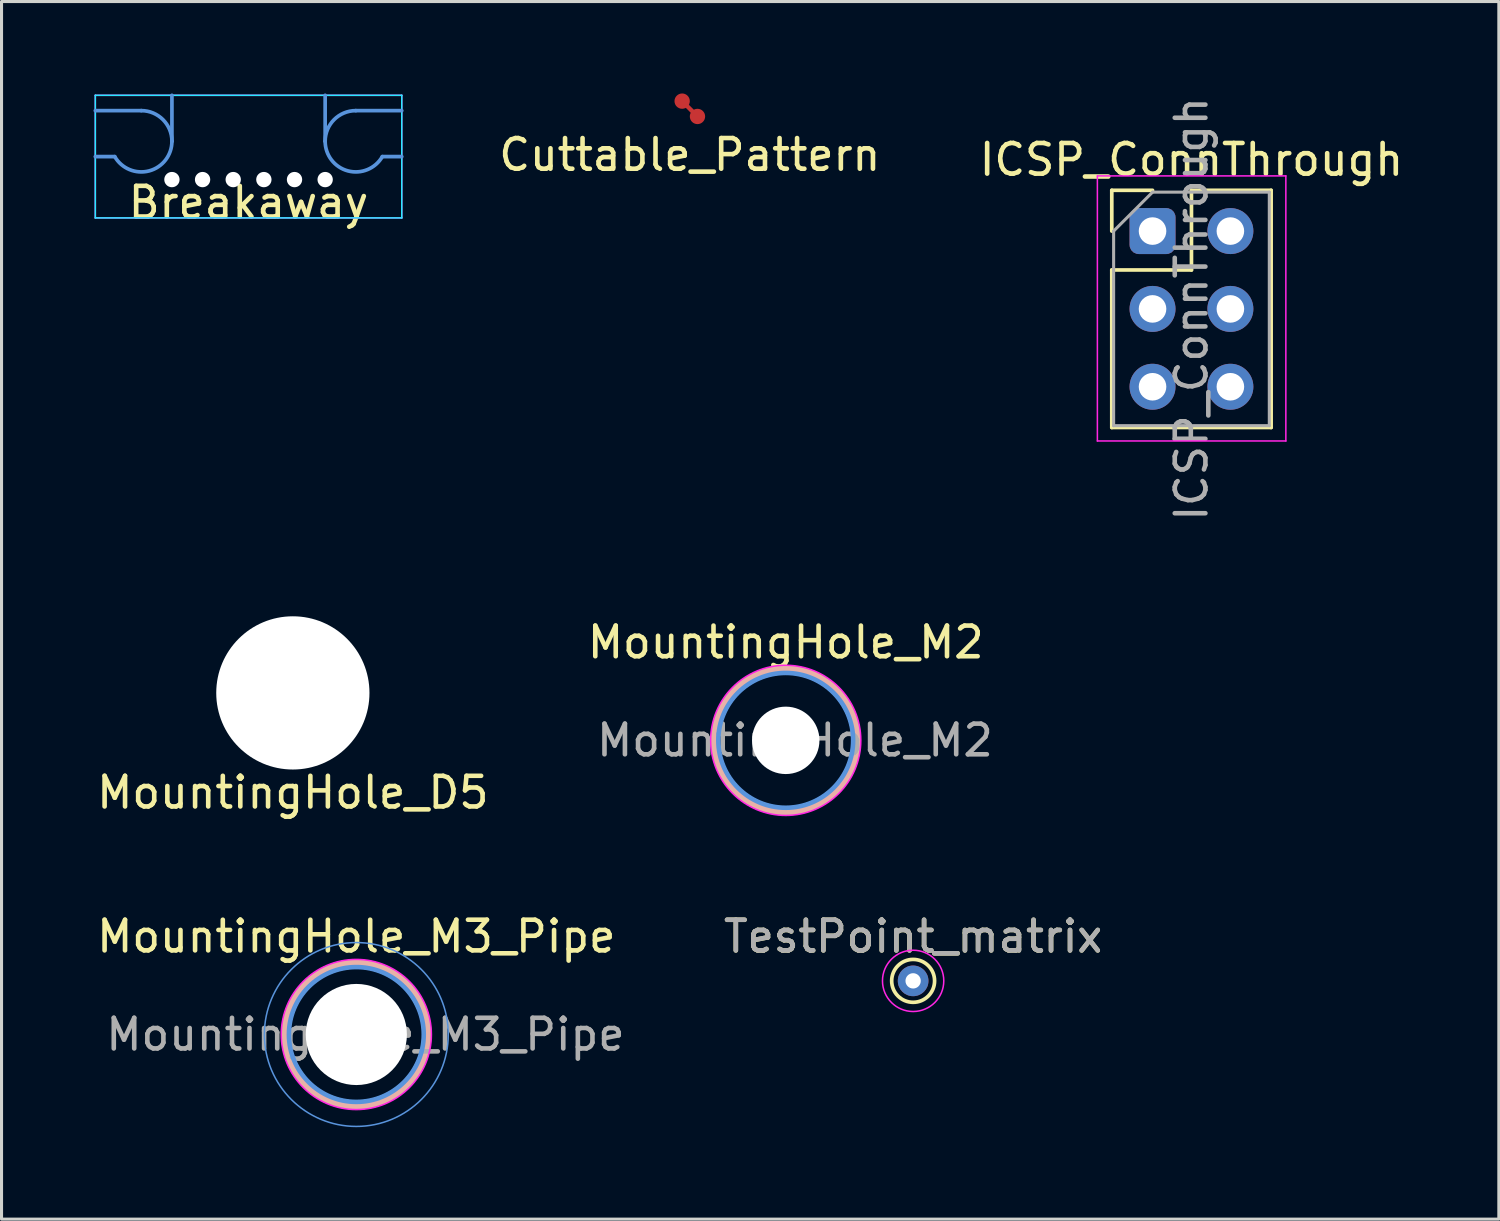
<source format=kicad_pcb>
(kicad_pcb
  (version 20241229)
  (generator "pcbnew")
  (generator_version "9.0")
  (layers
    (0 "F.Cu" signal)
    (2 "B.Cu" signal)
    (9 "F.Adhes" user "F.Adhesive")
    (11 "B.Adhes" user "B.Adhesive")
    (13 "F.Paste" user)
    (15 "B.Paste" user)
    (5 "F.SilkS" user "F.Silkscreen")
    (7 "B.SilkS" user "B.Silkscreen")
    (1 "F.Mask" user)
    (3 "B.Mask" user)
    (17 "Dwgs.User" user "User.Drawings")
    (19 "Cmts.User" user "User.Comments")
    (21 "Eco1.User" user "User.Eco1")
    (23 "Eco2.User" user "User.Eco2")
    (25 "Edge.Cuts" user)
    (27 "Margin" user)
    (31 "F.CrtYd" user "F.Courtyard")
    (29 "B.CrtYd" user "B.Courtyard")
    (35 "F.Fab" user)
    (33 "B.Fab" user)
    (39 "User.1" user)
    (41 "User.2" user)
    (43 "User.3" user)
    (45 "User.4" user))
  (footprint "Breakaway"
    (layer "F.Cu")
    (at 5.06 2.06)
    (property "Reference" "Breakaway" (at 0 1.5 0) (layer "F.SilkS") (effects (font (size 1 1) (thickness 0.15))))
    (attr through_hole)
    (fp_line (start -5 -1.5) (end -3.5 -1.5) (stroke (width 0.12) (type solid)) (layer "Cmts.User"))
    (fp_line (start -5 0) (end -4.366 0) (stroke (width 0.12) (type solid)) (layer "Cmts.User"))
    (fp_line (start -2.5 -0.5) (end -2.5 -2) (stroke (width 0.12) (type solid)) (layer "Cmts.User"))
    (fp_line (start 2.5 -0.5) (end 2.5 -2) (stroke (width 0.12) (type solid)) (layer "Cmts.User"))
    (fp_line (start 3.5 -1.5) (end 5 -1.5) (stroke (width 0.12) (type solid)) (layer "Cmts.User"))
    (fp_line (start 4.366 0) (end 5 0) (stroke (width 0.12) (type solid)) (layer "Cmts.User"))
    (fp_arc (start -3.5 -1.5) (mid -2.792893 -1.207107) (end -2.5 -0.5) (stroke (width 0.12) (type solid)) (layer "Cmts.User"))
    (fp_arc (start -2.5 -0.5) (mid -3.241181 0.465926) (end -4.366025 0) (stroke (width 0.12) (type solid)) (layer "Cmts.User"))
    (fp_arc (start 2.5 -0.5) (mid 2.792893 -1.207107) (end 3.5 -1.5) (stroke (width 0.12) (type solid)) (layer "Cmts.User"))
    (fp_arc (start 4.366025 0) (mid 3.241181 0.465925) (end 2.5 -0.5) (stroke (width 0.12) (type solid)) (layer "Cmts.User"))
    (fp_line (start -5 -2) (end -5 2) (stroke (width 0.05) (type solid)) (layer "B.CrtYd"))
    (fp_line (start -5 2) (end 5 2) (stroke (width 0.05) (type solid)) (layer "B.CrtYd"))
    (fp_line (start 5 -2) (end -5 -2) (stroke (width 0.05) (type solid)) (layer "B.CrtYd"))
    (fp_line (start 5 2) (end 5 -2) (stroke (width 0.05) (type solid)) (layer "B.CrtYd"))
    (fp_line (start -5 -2) (end -5 2) (stroke (width 0.05) (type solid)) (layer "F.CrtYd"))
    (fp_line (start -5 -2) (end 5 -2) (stroke (width 0.05) (type solid)) (layer "F.CrtYd"))
    (fp_line (start -5 2) (end 5 2) (stroke (width 0.05) (type solid)) (layer "F.CrtYd"))
    (fp_line (start 5 2) (end 5 -2) (stroke (width 0.05) (type solid)) (layer "F.CrtYd"))
    (pad "" np_thru_hole circle (at -2.5 0.75) (size 0.5 0.5) (drill 0.5) (layers "*.Cu" "*.Mask"))
    (pad "" np_thru_hole circle (at -1.5 0.75) (size 0.5 0.5) (drill 0.5) (layers "*.Cu" "*.Mask"))
    (pad "" np_thru_hole circle (at -0.5 0.75) (size 0.5 0.5) (drill 0.5) (layers "*.Cu" "*.Mask"))
    (pad "" np_thru_hole circle (at 0.5 0.75) (size 0.5 0.5) (drill 0.5) (layers "*.Cu" "*.Mask"))
    (pad "" np_thru_hole circle (at 1.5 0.75) (size 0.5 0.5) (drill 0.5) (layers "*.Cu" "*.Mask"))
    (pad "" np_thru_hole circle (at 2.5 0.75) (size 0.5 0.5) (drill 0.5) (layers "*.Cu" "*.Mask")))
  (footprint "MountingHole_M2"
    (layer "F.Cu")
    (at 22.589 21.108)
    (property "Reference" "MountingHole_M2" (at 0 -3.2 0) (layer "F.SilkS") (effects (font (size 1 1) (thickness 0.15))))
    (attr exclude_from_pos_files exclude_from_bom)
    (fp_circle (center 0 0) (end 2.3 0) (stroke (width 0.3) (type solid)) (fill no) (layer "F.SilkS"))
    (fp_circle (center 0 0) (end 2.3 0) (stroke (width 0.3) (type solid)) (fill no) (layer "B.SilkS"))
    (fp_circle (center 0 0) (end 2.2 0) (stroke (width 0.15) (type solid)) (fill no) (layer "Cmts.User"))
    (fp_circle (center 0 0) (end 2.45 0) (stroke (width 0.05) (type solid)) (fill no) (layer "F.CrtYd"))
    (fp_text user "${REFERENCE}" (at 0.3 0 0) (layer "F.Fab") (effects (font (size 1 1) (thickness 0.15))))
    (pad "" np_thru_hole circle (at 0 0) (size 2.2 2.2) (drill 2.2) (layers "*.Cu" "*.Mask")))
  (footprint "MountingHole_D5"
    (layer "F.Cu")
    (at 6.506 19.56)
    (property "Reference" "MountingHole_D5" (at 0 3.25 0) (layer "F.SilkS") (effects (font (size 1 1) (thickness 0.15))))
    (attr through_hole)
    (pad "" np_thru_hole circle (at 0 0) (size 5 5) (drill 5) (layers "*.Cu" "*.Mask")))
  (footprint "MountingHole_M3_Pipe"
    (layer "F.Cu")
    (at 8.577 30.706)
    (property "Reference" "MountingHole_M3_Pipe" (at 0 -3.2 0) (layer "F.SilkS") (effects (font (size 1 1) (thickness 0.15))))
    (attr exclude_from_pos_files exclude_from_bom)
    (fp_circle (center 0 0) (end 2.3 0) (stroke (width 0.3) (type solid)) (fill no) (layer "F.SilkS"))
    (fp_circle (center 0 0) (end 2.3 0) (stroke (width 0.3) (type solid)) (fill no) (layer "B.SilkS"))
    (fp_circle (center 0 0) (end 2.2 0) (stroke (width 0.15) (type solid)) (fill no) (layer "Cmts.User"))
    (fp_circle (center 0 0) (end 3 0) (stroke (width 0.05) (type solid)) (fill no) (layer "Cmts.User"))
    (fp_circle (center 0 0) (end 2.45 0) (stroke (width 0.05) (type solid)) (fill no) (layer "F.CrtYd"))
    (fp_text user "${REFERENCE}" (at 0.3 0 0) (layer "F.Fab") (effects (font (size 1 1) (thickness 0.15))))
    (pad "" np_thru_hole circle (at 0 0) (size 3.3 3.3) (drill 3.3) (layers "*.Cu" "*.Mask")))
  (footprint "ICSP_ConnThrough"
    (layer "F.Cu")
    (at 35.828 7.03)
    (property "Reference" "ICSP_ConnThrough" (at 0 -4.87 0) (layer "F.SilkS") (effects (font (size 1 1) (thickness 0.15))))
    (attr through_hole)
    (fp_line (start -2.6 -3.87) (end -1.27 -3.87) (stroke (width 0.12) (type solid)) (layer "F.SilkS"))
    (fp_line (start -2.6 -2.54) (end -2.6 -3.87) (stroke (width 0.12) (type solid)) (layer "F.SilkS"))
    (fp_line (start -2.6 -1.27) (end -2.6 3.87) (stroke (width 0.12) (type solid)) (layer "F.SilkS"))
    (fp_line (start -2.6 -1.27) (end 0 -1.27) (stroke (width 0.12) (type solid)) (layer "F.SilkS"))
    (fp_line (start -2.6 3.87) (end 2.6 3.87) (stroke (width 0.12) (type solid)) (layer "F.SilkS"))
    (fp_line (start 0 -3.87) (end 2.6 -3.87) (stroke (width 0.12) (type solid)) (layer "F.SilkS"))
    (fp_line (start 0 -1.27) (end 0 -3.87) (stroke (width 0.12) (type solid)) (layer "F.SilkS"))
    (fp_line (start 2.6 -3.87) (end 2.6 3.87) (stroke (width 0.12) (type solid)) (layer "F.SilkS"))
    (fp_line (start -3.07 -4.34) (end -3.07 4.31) (stroke (width 0.05) (type solid)) (layer "F.CrtYd"))
    (fp_line (start -3.07 4.31) (end 3.08 4.31) (stroke (width 0.05) (type solid)) (layer "F.CrtYd"))
    (fp_line (start 3.08 -4.34) (end -3.07 -4.34) (stroke (width 0.05) (type solid)) (layer "F.CrtYd"))
    (fp_line (start 3.08 4.31) (end 3.08 -4.34) (stroke (width 0.05) (type solid)) (layer "F.CrtYd"))
    (fp_line (start -2.54 -2.54) (end -1.27 -3.81) (stroke (width 0.1) (type solid)) (layer "F.Fab"))
    (fp_line (start -2.54 3.81) (end -2.54 -2.54) (stroke (width 0.1) (type solid)) (layer "F.Fab"))
    (fp_line (start -1.27 -3.81) (end 2.54 -3.81) (stroke (width 0.1) (type solid)) (layer "F.Fab"))
    (fp_line (start 2.54 -3.81) (end 2.54 3.81) (stroke (width 0.1) (type solid)) (layer "F.Fab"))
    (fp_line (start 2.54 3.81) (end -2.54 3.81) (stroke (width 0.1) (type solid)) (layer "F.Fab"))
    (fp_text user "${REFERENCE}" (at 0 0 90) (layer "F.Fab") (effects (font (size 1 1) (thickness 0.15))))
    (pad "1" thru_hole roundrect (at -1.27 -2.54) (size 1.5 1.5) (drill 0.9) (layers "*.Cu" "*.Mask") (roundrect_rratio 0.2))
    (pad "2" thru_hole oval (at 1.27 -2.54) (size 1.5 1.5) (drill 0.9) (layers "*.Cu" "*.Mask"))
    (pad "3" thru_hole oval (at -1.27 0) (size 1.5 1.5) (drill 0.9) (layers "*.Cu" "*.Mask"))
    (pad "4" thru_hole oval (at 1.27 0) (size 1.5 1.5) (drill 0.9) (layers "*.Cu" "*.Mask"))
    (pad "5" thru_hole oval (at -1.27 2.54) (size 1.5 1.5) (drill 0.9) (layers "*.Cu" "*.Mask"))
    (pad "6" thru_hole oval (at 1.27 2.54) (size 1.5 1.5) (drill 0.9) (layers "*.Cu" "*.Mask")))
  (footprint "TestPoint_matrix"
    (layer "F.Cu")
    (at 26.746 28.956)
    (property "Reference" "TestPoint_matrix" (at 0 -1.448 0) (layer "F.SilkS") (effects (font (size 1 1) (thickness 0.15))))
    (attr exclude_from_pos_files exclude_from_bom)
    (fp_circle (center 0 0) (end 0 0.7) (stroke (width 0.12) (type solid)) (fill no) (layer "F.SilkS"))
    (fp_circle (center 0 0) (end 1 0) (stroke (width 0.05) (type solid)) (fill no) (layer "F.CrtYd"))
    (fp_text user "${REFERENCE}" (at 0 -1.45 0) (layer "F.Fab") (effects (font (size 1 1) (thickness 0.15))))
    (pad "1" thru_hole circle (at 0 0) (size 1 1) (drill 0.5) (layers "*.Cu" "*.Mask")))
  (footprint "Cuttable_Pattern"
    (layer "F.Cu")
    (at 19.459 0.5)
    (property "Reference" "Cuttable_Pattern" (at 0 1.5 0) (layer "F.SilkS") (effects (font (size 1 1) (thickness 0.15))))
    (attr through_hole)
    (fp_poly (pts (xy 0.2 0.1) (xy 0.1 0.2) (xy -0.2 -0.1) (xy -0.1 -0.2)) (stroke (width 0) (type solid)) (fill yes) (layer "F.Cu"))
    (fp_poly (pts (xy 0.2 0.1) (xy 0.1 0.2) (xy -0.2 -0.1) (xy -0.1 -0.2)) (stroke (width 0.1) (type solid)) (fill yes) (layer "F.Mask"))
    (pad "1" smd circle (at -0.25 -0.25) (size 0.5 0.5) (layers "F.Cu" "F.Mask" "F.Paste"))
    (pad "2" smd circle (at 0.25 0.25) (size 0.5 0.5) (layers "F.Cu" "F.Mask" "F.Paste")))
  (gr_rect
    (start -3 -3)
    (end 45.858 36.731)
    (stroke (width 0.1) (type default))
    (fill no)
    (layer "Edge.Cuts")))
</source>
